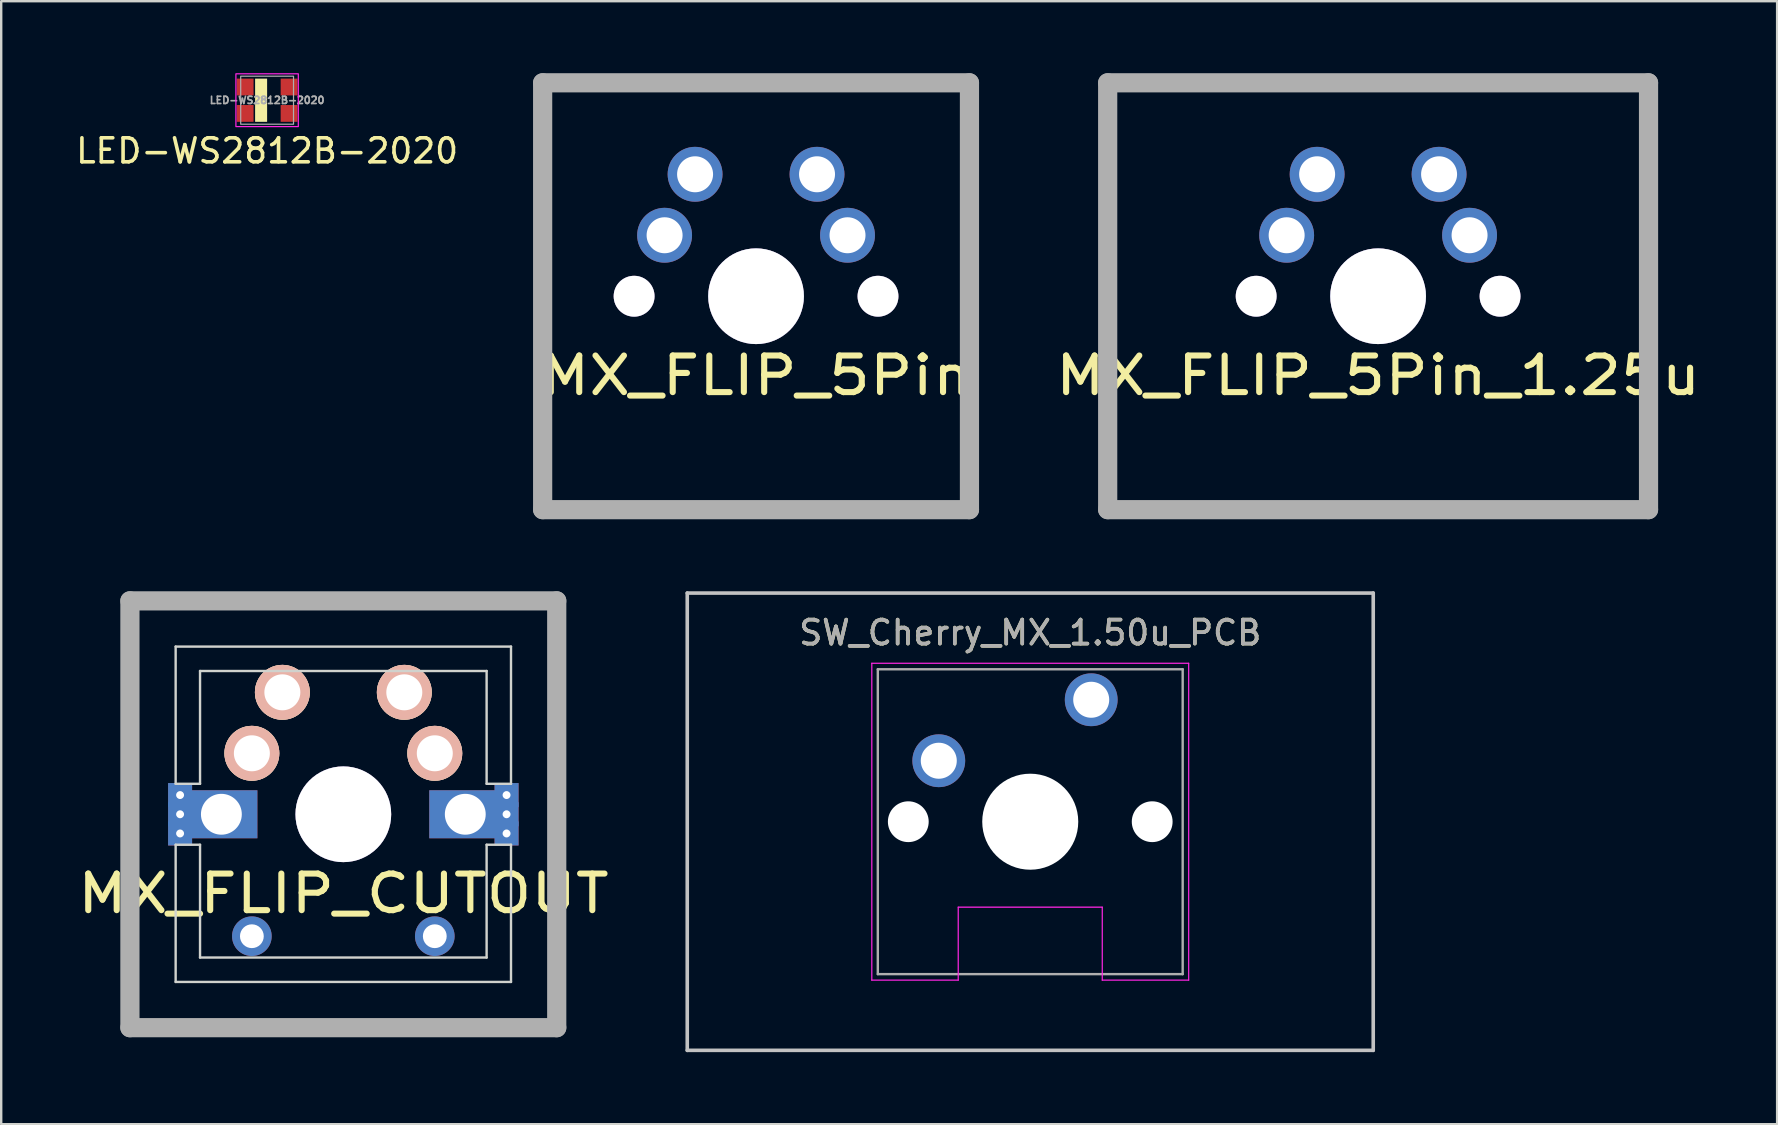
<source format=kicad_pcb>
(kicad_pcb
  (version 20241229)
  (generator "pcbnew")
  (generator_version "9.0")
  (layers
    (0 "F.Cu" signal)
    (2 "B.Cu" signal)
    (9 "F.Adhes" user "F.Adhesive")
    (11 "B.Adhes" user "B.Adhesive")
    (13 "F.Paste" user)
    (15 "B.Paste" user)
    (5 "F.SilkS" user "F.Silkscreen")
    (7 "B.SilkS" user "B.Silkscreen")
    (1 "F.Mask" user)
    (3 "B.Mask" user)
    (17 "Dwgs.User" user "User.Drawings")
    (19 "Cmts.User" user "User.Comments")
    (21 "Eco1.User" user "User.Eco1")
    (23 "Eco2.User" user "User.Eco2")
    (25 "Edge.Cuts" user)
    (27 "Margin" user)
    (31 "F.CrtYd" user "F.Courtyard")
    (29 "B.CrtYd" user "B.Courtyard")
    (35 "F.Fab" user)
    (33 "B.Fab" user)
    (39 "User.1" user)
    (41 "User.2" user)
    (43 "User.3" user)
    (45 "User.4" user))
  (footprint "LED-WS2812B-2020"
    (layer "F.Cu")
    (at 8.077 1.125)
    (property "Reference" "LED-WS2812B-2020" (at 0 2.11 180) (layer "F.SilkS") (effects (font (size 1 1) (thickness 0.15))))
    (attr smd)
    (fp_rect (start 0 -0.9) (end -0.5 0.9) (stroke (width 0) (type solid)) (fill yes) (layer "F.SilkS"))
    (fp_rect (start -1.3 -1.1) (end 1.3 1.1) (stroke (width 0.05) (type solid)) (fill no) (layer "F.CrtYd"))
    (fp_rect (start -1.1 -1) (end 1.1 1) (stroke (width 0.05) (type solid)) (fill no) (layer "F.Fab"))
    (fp_text user "${REFERENCE}" (at 0 0 0) (layer "F.Fab") (effects (font (size 0.3 0.3) (thickness 0.07))))
    (pad "1" smd rect (at -0.915 -0.55 180) (size 0.7 0.7) (layers "F.Cu" "F.Mask" "F.Paste"))
    (pad "2" smd rect (at -0.915 0.55 180) (size 0.7 0.7) (layers "F.Cu" "F.Mask" "F.Paste"))
    (pad "3" smd rect (at 0.915 0.55 180) (size 0.7 0.7) (layers "F.Cu" "F.Mask" "F.Paste"))
    (pad "4" smd rect (at 0.915 -0.55 180) (size 0.7 0.7) (layers "F.Cu" "F.Mask" "F.Paste")))
  (footprint "SW_Cherry_MX_1.50u_PCB"
    (layer "F.Cu")
    (at 42.407 26.1)
    (property "Reference" "SW_Cherry_MX_1.50u_PCB" (at -2.54 -2.794 0) (layer "F.SilkS") (effects (font (size 1 1) (thickness 0.15))))
    (attr through_hole)
    (fp_line (start -16.828 -4.445) (end 11.748 -4.445) (stroke (width 0.15) (type solid)) (layer "Dwgs.User"))
    (fp_line (start -16.828 14.605) (end -16.828 -4.445) (stroke (width 0.15) (type solid)) (layer "Dwgs.User"))
    (fp_line (start 11.748 -4.445) (end 11.748 14.605) (stroke (width 0.15) (type solid)) (layer "Dwgs.User"))
    (fp_line (start 11.748 14.605) (end -16.828 14.605) (stroke (width 0.15) (type solid)) (layer "Dwgs.User"))
    (fp_line (start -9.14 -1.52) (end 4.06 -1.52) (stroke (width 0.05) (type solid)) (layer "F.CrtYd"))
    (fp_line (start -9.14 11.68) (end -9.14 -1.52) (stroke (width 0.05) (type solid)) (layer "F.CrtYd"))
    (fp_line (start -5.54 8.64) (end -5.54 11.68) (stroke (width 0.05) (type solid)) (layer "F.CrtYd"))
    (fp_line (start -5.54 8.64) (end 0.46 8.64) (stroke (width 0.05) (type solid)) (layer "F.CrtYd"))
    (fp_line (start -5.54 11.68) (end -9.14 11.68) (stroke (width 0.05) (type solid)) (layer "F.CrtYd"))
    (fp_line (start 0.46 8.64) (end 0.46 11.68) (stroke (width 0.05) (type solid)) (layer "F.CrtYd"))
    (fp_line (start 4.06 -1.52) (end 4.06 11.68) (stroke (width 0.05) (type solid)) (layer "F.CrtYd"))
    (fp_line (start 4.06 11.68) (end 0.46 11.68) (stroke (width 0.05) (type solid)) (layer "F.CrtYd"))
    (fp_line (start -8.89 -1.27) (end 3.81 -1.27) (stroke (width 0.1) (type solid)) (layer "F.Fab"))
    (fp_line (start -8.89 11.43) (end -8.89 -1.27) (stroke (width 0.1) (type solid)) (layer "F.Fab"))
    (fp_line (start 3.81 -1.27) (end 3.81 11.43) (stroke (width 0.1) (type solid)) (layer "F.Fab"))
    (fp_line (start 3.81 11.43) (end -8.89 11.43) (stroke (width 0.1) (type solid)) (layer "F.Fab"))
    (fp_text user "${REFERENCE}" (at -2.54 -2.794 0) (layer "F.Fab") (effects (font (size 1 1) (thickness 0.15))))
    (pad "" np_thru_hole circle (at -7.62 5.08) (size 1.7 1.7) (drill 1.7) (layers "*.Cu" "*.Mask"))
    (pad "" np_thru_hole circle (at -2.54 5.08) (size 4 4) (drill 4) (layers "*.Cu" "*.Mask"))
    (pad "" np_thru_hole circle (at 2.54 5.08) (size 1.7 1.7) (drill 1.7) (layers "*.Cu" "*.Mask"))
    (pad "1" thru_hole circle (at 0 0) (size 2.2 2.2) (drill 1.5) (layers "*.Cu" "*.Mask"))
    (pad "2" thru_hole circle (at -6.35 2.54) (size 2.2 2.2) (drill 1.5) (layers "*.Cu" "*.Mask")))
  (footprint "MX_FLIP_5Pin"
    (layer "F.Cu")
    (at 28.445 9.29)
    (property "Reference" "MX_FLIP_5Pin" (at 0 3.302 0) (layer "F.SilkS") (effects (font (size 1.524 1.778) (thickness 0.254))))
    (attr through_hole)
    (fp_line (start -8.89 -8.89) (end 8.89 -8.89) (stroke (width 0.8) (type solid)) (layer "F.Fab"))
    (fp_line (start -8.89 8.89) (end -8.89 -8.89) (stroke (width 0.8) (type solid)) (layer "F.Fab"))
    (fp_line (start 8.89 -8.89) (end 8.89 8.89) (stroke (width 0.8) (type solid)) (layer "F.Fab"))
    (fp_line (start 8.89 8.89) (end -8.89 8.89) (stroke (width 0.8) (type solid)) (layer "F.Fab"))
    (pad "" thru_hole circle (at -5.08 0) (size 1.702 1.702) (drill 1.702) (layers "*.Cu" "*.Mask"))
    (pad "" thru_hole circle (at 0 0) (size 3.988 3.988) (drill 3.988) (layers "*.Cu" "*.Mask"))
    (pad "" thru_hole circle (at 5.08 0) (size 1.702 1.702) (drill 1.702) (layers "*.Cu" "*.Mask"))
    (pad "1" thru_hole circle (at 2.54 -5.08) (size 2.286 2.286) (drill 1.499) (layers "*.Cu" "*.Mask"))
    (pad "1" thru_hole circle (at 3.81 -2.54) (size 2.286 2.286) (drill 1.499) (layers "*.Cu" "*.Mask"))
    (pad "2" thru_hole circle (at -3.81 -2.54) (size 2.286 2.286) (drill 1.499) (layers "*.Cu" "*.Mask"))
    (pad "2" thru_hole circle (at -2.54 -5.08) (size 2.286 2.286) (drill 1.499) (layers "*.Cu" "*.Mask")))
  (footprint "MX_FLIP_5Pin_1.25u"
    (layer "F.Cu")
    (at 54.358 9.29)
    (property "Reference" "MX_FLIP_5Pin_1.25u" (at 0 3.302 0) (layer "F.SilkS") (effects (font (size 1.524 1.778) (thickness 0.254))))
    (attr through_hole)
    (fp_line (start -11.265 -8.89) (end 11.265 -8.89) (stroke (width 0.8) (type solid)) (layer "F.Fab"))
    (fp_line (start -11.265 8.89) (end -11.265 -8.89) (stroke (width 0.8) (type solid)) (layer "F.Fab"))
    (fp_line (start 11.265 -8.89) (end 11.265 8.89) (stroke (width 0.8) (type solid)) (layer "F.Fab"))
    (fp_line (start 11.265 8.89) (end -11.265 8.89) (stroke (width 0.8) (type solid)) (layer "F.Fab"))
    (pad "" thru_hole circle (at -5.08 0) (size 1.702 1.702) (drill 1.702) (layers "*.Cu" "*.Mask"))
    (pad "" thru_hole circle (at 0 0) (size 3.988 3.988) (drill 3.988) (layers "*.Cu" "*.Mask"))
    (pad "" thru_hole circle (at 5.08 0) (size 1.702 1.702) (drill 1.702) (layers "*.Cu" "*.Mask"))
    (pad "1" thru_hole circle (at 2.54 -5.08) (size 2.286 2.286) (drill 1.499) (layers "*.Cu" "*.Mask"))
    (pad "1" thru_hole circle (at 3.81 -2.54) (size 2.286 2.286) (drill 1.499) (layers "*.Cu" "*.Mask"))
    (pad "2" thru_hole circle (at -3.81 -2.54) (size 2.286 2.286) (drill 1.499) (layers "*.Cu" "*.Mask"))
    (pad "2" thru_hole circle (at -2.54 -5.08) (size 2.286 2.286) (drill 1.499) (layers "*.Cu" "*.Mask")))
  (footprint "MX_FLIP_CUTOUT"
    (layer "F.Cu")
    (at 11.252 30.87)
    (property "Reference" "MX_FLIP_CUTOUT" (at 0 3.302 0) (layer "F.SilkS") (effects (font (size 1.524 1.778) (thickness 0.254))))
    (attr through_hole)
    (fp_line (start -6.985 -6.985) (end 6.985 -6.985) (stroke (width 0.1) (type solid)) (layer "Edge.Cuts"))
    (fp_line (start -6.985 -1.27) (end -6.985 -6.985) (stroke (width 0.1) (type solid)) (layer "Edge.Cuts"))
    (fp_line (start -6.985 1.27) (end -5.969 1.27) (stroke (width 0.1) (type solid)) (layer "Edge.Cuts"))
    (fp_line (start -6.985 6.985) (end -6.985 1.27) (stroke (width 0.1) (type solid)) (layer "Edge.Cuts"))
    (fp_line (start -5.969 -5.969) (end -5.969 -1.27) (stroke (width 0.1) (type solid)) (layer "Edge.Cuts"))
    (fp_line (start -5.969 -1.27) (end -6.985 -1.27) (stroke (width 0.1) (type solid)) (layer "Edge.Cuts"))
    (fp_line (start -5.969 1.27) (end -5.969 5.969) (stroke (width 0.1) (type solid)) (layer "Edge.Cuts"))
    (fp_line (start -5.969 5.969) (end 5.969 5.969) (stroke (width 0.1) (type solid)) (layer "Edge.Cuts"))
    (fp_line (start 5.969 -5.969) (end -5.969 -5.969) (stroke (width 0.1) (type solid)) (layer "Edge.Cuts"))
    (fp_line (start 5.969 -1.27) (end 5.969 -5.969) (stroke (width 0.1) (type solid)) (layer "Edge.Cuts"))
    (fp_line (start 5.969 1.27) (end 6.985 1.27) (stroke (width 0.1) (type solid)) (layer "Edge.Cuts"))
    (fp_line (start 5.969 5.969) (end 5.969 1.27) (stroke (width 0.1) (type solid)) (layer "Edge.Cuts"))
    (fp_line (start 6.985 -6.985) (end 6.985 -1.27) (stroke (width 0.1) (type solid)) (layer "Edge.Cuts"))
    (fp_line (start 6.985 -1.27) (end 5.969 -1.27) (stroke (width 0.1) (type solid)) (layer "Edge.Cuts"))
    (fp_line (start 6.985 1.27) (end 6.985 6.985) (stroke (width 0.1) (type solid)) (layer "Edge.Cuts"))
    (fp_line (start 6.985 6.985) (end -6.985 6.985) (stroke (width 0.1) (type solid)) (layer "Edge.Cuts"))
    (fp_line (start -8.89 -8.89) (end 8.89 -8.89) (stroke (width 0.8) (type solid)) (layer "F.Fab"))
    (fp_line (start -8.89 8.89) (end -8.89 -8.89) (stroke (width 0.8) (type solid)) (layer "F.Fab"))
    (fp_line (start 8.89 -8.89) (end 8.89 8.89) (stroke (width 0.8) (type solid)) (layer "F.Fab"))
    (fp_line (start 8.89 8.89) (end -8.89 8.89) (stroke (width 0.8) (type solid)) (layer "F.Fab"))
    (pad "" thru_hole circle (at -3.81 5.08) (size 1.651 1.651) (drill 0.991) (layers "*.Cu" "*.Mask"))
    (pad "" thru_hole circle (at 3.81 5.08) (size 1.651 1.651) (drill 0.991) (layers "*.Cu" "*.Mask"))
    (pad "0" thru_hole circle (at 0 0) (size 3.988 3.988) (drill 3.988) (layers "*.Cu"))
    (pad "1" thru_hole circle (at 2.54 -5.08) (size 2.286 2.286) (drill 1.499) (layers "*.Cu" "*.SilkS" "*.Mask"))
    (pad "1" thru_hole circle (at 3.81 -2.54) (size 2.286 2.286) (drill 1.499) (layers "*.Cu" "*.SilkS" "*.Mask"))
    (pad "1" thru_hole rect (at 5.08 0) (size 3 2) (drill 1.702) (layers "*.Cu"))
    (pad "1" thru_hole rect (at 6.8 -0.8) (size 1 1) (drill 0.33) (layers "*.Cu"))
    (pad "1" thru_hole rect (at 6.8 0) (size 1 1) (drill 0.33) (layers "*.Cu"))
    (pad "1" thru_hole rect (at 6.8 0.8) (size 1 1) (drill 0.33) (layers "*.Cu"))
    (pad "2" thru_hole rect (at -6.8 -0.8) (size 1 1) (drill 0.33) (layers "*.Cu"))
    (pad "2" thru_hole rect (at -6.8 0) (size 1 1) (drill 0.33) (layers "*.Cu"))
    (pad "2" thru_hole rect (at -6.8 0.8) (size 1 1) (drill 0.33) (layers "*.Cu"))
    (pad "2" thru_hole rect (at -5.08 0) (size 3 2) (drill 1.702) (layers "*.Cu"))
    (pad "2" thru_hole circle (at -3.81 -2.54) (size 2.286 2.286) (drill 1.499) (layers "*.Cu" "*.SilkS" "*.Mask"))
    (pad "2" thru_hole circle (at -2.54 -5.08) (size 2.286 2.286) (drill 1.499) (layers "*.Cu" "*.SilkS" "*.Mask")))
  (gr_rect
    (start -3 -3)
    (end 70.98 43.78)
    (stroke (width 0.1) (type default))
    (fill no)
    (layer "Edge.Cuts")))
</source>
